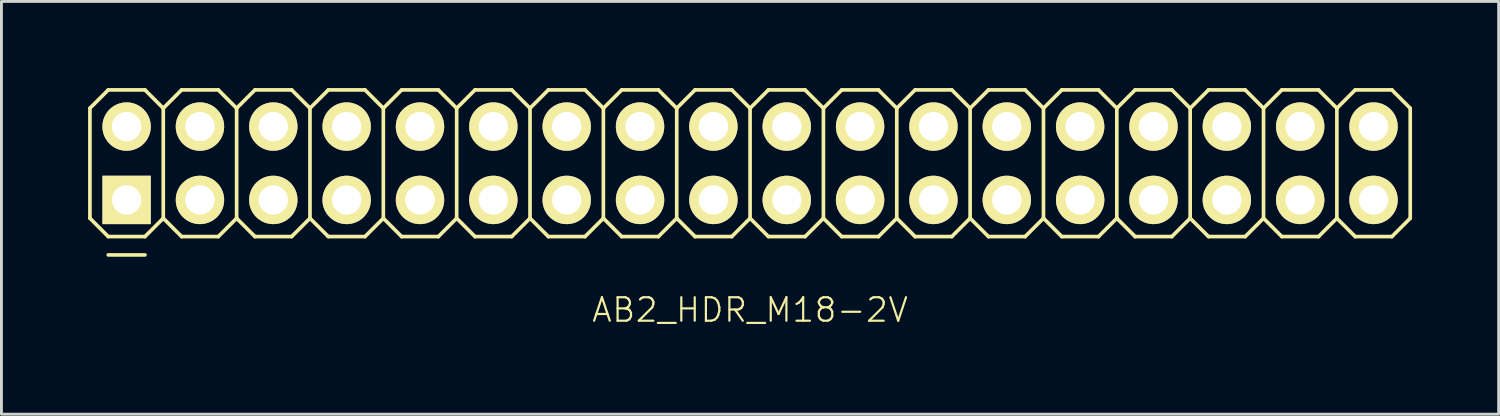
<source format=kicad_pcb>
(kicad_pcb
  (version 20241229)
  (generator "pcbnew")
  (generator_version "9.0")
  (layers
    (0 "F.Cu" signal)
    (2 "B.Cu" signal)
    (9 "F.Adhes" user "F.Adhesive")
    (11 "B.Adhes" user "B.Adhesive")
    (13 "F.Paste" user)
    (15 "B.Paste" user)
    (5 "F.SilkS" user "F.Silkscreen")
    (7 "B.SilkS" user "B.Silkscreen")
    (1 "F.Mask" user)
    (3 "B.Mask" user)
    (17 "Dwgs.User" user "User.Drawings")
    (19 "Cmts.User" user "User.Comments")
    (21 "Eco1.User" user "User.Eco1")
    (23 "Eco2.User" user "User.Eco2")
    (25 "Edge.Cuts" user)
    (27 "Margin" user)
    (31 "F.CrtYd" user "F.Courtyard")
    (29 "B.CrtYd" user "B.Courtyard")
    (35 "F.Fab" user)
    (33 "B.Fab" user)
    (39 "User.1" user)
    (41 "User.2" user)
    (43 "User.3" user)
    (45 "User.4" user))
  (footprint "AB2_HDR_M18-2V"
    (layer "F.Cu")
    (at 22.924 2.603)
    (property "Reference" "AB2_HDR_M18-2V" (at 0 5.08 0) (layer "F.SilkS") (effects (font (size 0.813 0.813) (thickness 0.076))))
    (attr through_hole)
    (fp_line (start -22.86 -1.905) (end -22.225 -2.54) (stroke (width 0.127) (type solid)) (layer "F.SilkS"))
    (fp_line (start -22.86 1.905) (end -22.86 -1.905) (stroke (width 0.127) (type solid)) (layer "F.SilkS"))
    (fp_line (start -22.225 -2.54) (end -20.955 -2.54) (stroke (width 0.127) (type solid)) (layer "F.SilkS"))
    (fp_line (start -22.225 2.54) (end -22.86 1.905) (stroke (width 0.127) (type solid)) (layer "F.SilkS"))
    (fp_line (start -22.225 3.175) (end -20.955 3.175) (stroke (width 0.127) (type solid)) (layer "F.SilkS"))
    (fp_line (start -20.955 -2.54) (end -20.32 -1.905) (stroke (width 0.127) (type solid)) (layer "F.SilkS"))
    (fp_line (start -20.955 2.54) (end -22.225 2.54) (stroke (width 0.127) (type solid)) (layer "F.SilkS"))
    (fp_line (start -20.32 -1.905) (end -20.32 1.905) (stroke (width 0.127) (type solid)) (layer "F.SilkS"))
    (fp_line (start -20.32 -1.905) (end -19.685 -2.54) (stroke (width 0.127) (type solid)) (layer "F.SilkS"))
    (fp_line (start -20.32 1.905) (end -20.955 2.54) (stroke (width 0.127) (type solid)) (layer "F.SilkS"))
    (fp_line (start -19.685 -2.54) (end -18.415 -2.54) (stroke (width 0.127) (type solid)) (layer "F.SilkS"))
    (fp_line (start -19.685 2.54) (end -20.32 1.905) (stroke (width 0.127) (type solid)) (layer "F.SilkS"))
    (fp_line (start -18.415 -2.54) (end -17.78 -1.905) (stroke (width 0.127) (type solid)) (layer "F.SilkS"))
    (fp_line (start -18.415 2.54) (end -19.685 2.54) (stroke (width 0.127) (type solid)) (layer "F.SilkS"))
    (fp_line (start -17.78 -1.905) (end -17.78 1.905) (stroke (width 0.127) (type solid)) (layer "F.SilkS"))
    (fp_line (start -17.78 -1.905) (end -17.145 -2.54) (stroke (width 0.127) (type solid)) (layer "F.SilkS"))
    (fp_line (start -17.78 1.905) (end -18.415 2.54) (stroke (width 0.127) (type solid)) (layer "F.SilkS"))
    (fp_line (start -17.145 -2.54) (end -15.875 -2.54) (stroke (width 0.127) (type solid)) (layer "F.SilkS"))
    (fp_line (start -17.145 2.54) (end -17.78 1.905) (stroke (width 0.127) (type solid)) (layer "F.SilkS"))
    (fp_line (start -15.875 -2.54) (end -15.24 -1.905) (stroke (width 0.127) (type solid)) (layer "F.SilkS"))
    (fp_line (start -15.875 2.54) (end -17.145 2.54) (stroke (width 0.127) (type solid)) (layer "F.SilkS"))
    (fp_line (start -15.24 -1.905) (end -15.24 1.905) (stroke (width 0.127) (type solid)) (layer "F.SilkS"))
    (fp_line (start -15.24 -1.905) (end -14.605 -2.54) (stroke (width 0.127) (type solid)) (layer "F.SilkS"))
    (fp_line (start -15.24 1.905) (end -15.875 2.54) (stroke (width 0.127) (type solid)) (layer "F.SilkS"))
    (fp_line (start -14.605 -2.54) (end -13.335 -2.54) (stroke (width 0.127) (type solid)) (layer "F.SilkS"))
    (fp_line (start -14.605 2.54) (end -15.24 1.905) (stroke (width 0.127) (type solid)) (layer "F.SilkS"))
    (fp_line (start -13.335 -2.54) (end -12.7 -1.905) (stroke (width 0.127) (type solid)) (layer "F.SilkS"))
    (fp_line (start -13.335 2.54) (end -14.605 2.54) (stroke (width 0.127) (type solid)) (layer "F.SilkS"))
    (fp_line (start -12.7 -1.905) (end -12.7 1.905) (stroke (width 0.127) (type solid)) (layer "F.SilkS"))
    (fp_line (start -12.7 -1.905) (end -12.065 -2.54) (stroke (width 0.127) (type solid)) (layer "F.SilkS"))
    (fp_line (start -12.7 1.905) (end -13.335 2.54) (stroke (width 0.127) (type solid)) (layer "F.SilkS"))
    (fp_line (start -12.065 -2.54) (end -10.795 -2.54) (stroke (width 0.127) (type solid)) (layer "F.SilkS"))
    (fp_line (start -12.065 2.54) (end -12.7 1.905) (stroke (width 0.127) (type solid)) (layer "F.SilkS"))
    (fp_line (start -10.795 -2.54) (end -10.16 -1.905) (stroke (width 0.127) (type solid)) (layer "F.SilkS"))
    (fp_line (start -10.795 2.54) (end -12.065 2.54) (stroke (width 0.127) (type solid)) (layer "F.SilkS"))
    (fp_line (start -10.16 -1.905) (end -10.16 1.905) (stroke (width 0.127) (type solid)) (layer "F.SilkS"))
    (fp_line (start -10.16 -1.905) (end -9.525 -2.54) (stroke (width 0.127) (type solid)) (layer "F.SilkS"))
    (fp_line (start -10.16 1.905) (end -10.795 2.54) (stroke (width 0.127) (type solid)) (layer "F.SilkS"))
    (fp_line (start -9.525 -2.54) (end -8.255 -2.54) (stroke (width 0.127) (type solid)) (layer "F.SilkS"))
    (fp_line (start -9.525 2.54) (end -10.16 1.905) (stroke (width 0.127) (type solid)) (layer "F.SilkS"))
    (fp_line (start -8.255 -2.54) (end -7.62 -1.905) (stroke (width 0.127) (type solid)) (layer "F.SilkS"))
    (fp_line (start -8.255 2.54) (end -9.525 2.54) (stroke (width 0.127) (type solid)) (layer "F.SilkS"))
    (fp_line (start -7.62 -1.905) (end -7.62 1.905) (stroke (width 0.127) (type solid)) (layer "F.SilkS"))
    (fp_line (start -7.62 -1.905) (end -6.985 -2.54) (stroke (width 0.127) (type solid)) (layer "F.SilkS"))
    (fp_line (start -7.62 1.905) (end -8.255 2.54) (stroke (width 0.127) (type solid)) (layer "F.SilkS"))
    (fp_line (start -6.985 -2.54) (end -5.715 -2.54) (stroke (width 0.127) (type solid)) (layer "F.SilkS"))
    (fp_line (start -6.985 2.54) (end -7.62 1.905) (stroke (width 0.127) (type solid)) (layer "F.SilkS"))
    (fp_line (start -5.715 -2.54) (end -5.08 -1.905) (stroke (width 0.127) (type solid)) (layer "F.SilkS"))
    (fp_line (start -5.715 2.54) (end -6.985 2.54) (stroke (width 0.127) (type solid)) (layer "F.SilkS"))
    (fp_line (start -5.08 -1.905) (end -5.08 1.905) (stroke (width 0.127) (type solid)) (layer "F.SilkS"))
    (fp_line (start -5.08 -1.905) (end -4.445 -2.54) (stroke (width 0.127) (type solid)) (layer "F.SilkS"))
    (fp_line (start -5.08 1.905) (end -5.715 2.54) (stroke (width 0.127) (type solid)) (layer "F.SilkS"))
    (fp_line (start -4.445 -2.54) (end -3.175 -2.54) (stroke (width 0.127) (type solid)) (layer "F.SilkS"))
    (fp_line (start -4.445 2.54) (end -5.08 1.905) (stroke (width 0.127) (type solid)) (layer "F.SilkS"))
    (fp_line (start -3.175 -2.54) (end -2.54 -1.905) (stroke (width 0.127) (type solid)) (layer "F.SilkS"))
    (fp_line (start -3.175 2.54) (end -4.445 2.54) (stroke (width 0.127) (type solid)) (layer "F.SilkS"))
    (fp_line (start -2.54 -1.905) (end -2.54 1.905) (stroke (width 0.127) (type solid)) (layer "F.SilkS"))
    (fp_line (start -2.54 -1.905) (end -1.905 -2.54) (stroke (width 0.127) (type solid)) (layer "F.SilkS"))
    (fp_line (start -2.54 1.905) (end -3.175 2.54) (stroke (width 0.127) (type solid)) (layer "F.SilkS"))
    (fp_line (start -1.905 -2.54) (end -0.635 -2.54) (stroke (width 0.127) (type solid)) (layer "F.SilkS"))
    (fp_line (start -1.905 2.54) (end -2.54 1.905) (stroke (width 0.127) (type solid)) (layer "F.SilkS"))
    (fp_line (start -0.635 -2.54) (end 0 -1.905) (stroke (width 0.127) (type solid)) (layer "F.SilkS"))
    (fp_line (start -0.635 2.54) (end -1.905 2.54) (stroke (width 0.127) (type solid)) (layer "F.SilkS"))
    (fp_line (start 0 -1.905) (end 0 1.905) (stroke (width 0.127) (type solid)) (layer "F.SilkS"))
    (fp_line (start 0 -1.905) (end 0.635 -2.54) (stroke (width 0.127) (type solid)) (layer "F.SilkS"))
    (fp_line (start 0 1.905) (end -0.635 2.54) (stroke (width 0.127) (type solid)) (layer "F.SilkS"))
    (fp_line (start 0.635 -2.54) (end 1.905 -2.54) (stroke (width 0.127) (type solid)) (layer "F.SilkS"))
    (fp_line (start 0.635 2.54) (end 0 1.905) (stroke (width 0.127) (type solid)) (layer "F.SilkS"))
    (fp_line (start 1.905 -2.54) (end 2.54 -1.905) (stroke (width 0.127) (type solid)) (layer "F.SilkS"))
    (fp_line (start 1.905 2.54) (end 0.635 2.54) (stroke (width 0.127) (type solid)) (layer "F.SilkS"))
    (fp_line (start 2.54 -1.905) (end 2.54 1.905) (stroke (width 0.127) (type solid)) (layer "F.SilkS"))
    (fp_line (start 2.54 -1.905) (end 3.175 -2.54) (stroke (width 0.127) (type solid)) (layer "F.SilkS"))
    (fp_line (start 2.54 1.905) (end 1.905 2.54) (stroke (width 0.127) (type solid)) (layer "F.SilkS"))
    (fp_line (start 3.175 -2.54) (end 4.445 -2.54) (stroke (width 0.127) (type solid)) (layer "F.SilkS"))
    (fp_line (start 3.175 2.54) (end 2.54 1.905) (stroke (width 0.127) (type solid)) (layer "F.SilkS"))
    (fp_line (start 4.445 -2.54) (end 5.08 -1.905) (stroke (width 0.127) (type solid)) (layer "F.SilkS"))
    (fp_line (start 4.445 2.54) (end 3.175 2.54) (stroke (width 0.127) (type solid)) (layer "F.SilkS"))
    (fp_line (start 5.08 -1.905) (end 5.08 1.905) (stroke (width 0.127) (type solid)) (layer "F.SilkS"))
    (fp_line (start 5.08 -1.905) (end 5.715 -2.54) (stroke (width 0.127) (type solid)) (layer "F.SilkS"))
    (fp_line (start 5.08 1.905) (end 4.445 2.54) (stroke (width 0.127) (type solid)) (layer "F.SilkS"))
    (fp_line (start 5.715 -2.54) (end 6.985 -2.54) (stroke (width 0.127) (type solid)) (layer "F.SilkS"))
    (fp_line (start 5.715 2.54) (end 5.08 1.905) (stroke (width 0.127) (type solid)) (layer "F.SilkS"))
    (fp_line (start 6.985 -2.54) (end 7.62 -1.905) (stroke (width 0.127) (type solid)) (layer "F.SilkS"))
    (fp_line (start 6.985 2.54) (end 5.715 2.54) (stroke (width 0.127) (type solid)) (layer "F.SilkS"))
    (fp_line (start 7.62 -1.905) (end 7.62 1.905) (stroke (width 0.127) (type solid)) (layer "F.SilkS"))
    (fp_line (start 7.62 -1.905) (end 8.255 -2.54) (stroke (width 0.127) (type solid)) (layer "F.SilkS"))
    (fp_line (start 7.62 1.905) (end 6.985 2.54) (stroke (width 0.127) (type solid)) (layer "F.SilkS"))
    (fp_line (start 8.255 -2.54) (end 9.525 -2.54) (stroke (width 0.127) (type solid)) (layer "F.SilkS"))
    (fp_line (start 8.255 2.54) (end 7.62 1.905) (stroke (width 0.127) (type solid)) (layer "F.SilkS"))
    (fp_line (start 9.525 -2.54) (end 10.16 -1.905) (stroke (width 0.127) (type solid)) (layer "F.SilkS"))
    (fp_line (start 9.525 2.54) (end 8.255 2.54) (stroke (width 0.127) (type solid)) (layer "F.SilkS"))
    (fp_line (start 10.16 -1.905) (end 10.16 1.905) (stroke (width 0.127) (type solid)) (layer "F.SilkS"))
    (fp_line (start 10.16 -1.905) (end 10.795 -2.54) (stroke (width 0.127) (type solid)) (layer "F.SilkS"))
    (fp_line (start 10.16 1.905) (end 9.525 2.54) (stroke (width 0.127) (type solid)) (layer "F.SilkS"))
    (fp_line (start 10.795 -2.54) (end 12.065 -2.54) (stroke (width 0.127) (type solid)) (layer "F.SilkS"))
    (fp_line (start 10.795 2.54) (end 10.16 1.905) (stroke (width 0.127) (type solid)) (layer "F.SilkS"))
    (fp_line (start 12.065 -2.54) (end 12.7 -1.905) (stroke (width 0.127) (type solid)) (layer "F.SilkS"))
    (fp_line (start 12.065 2.54) (end 10.795 2.54) (stroke (width 0.127) (type solid)) (layer "F.SilkS"))
    (fp_line (start 12.7 -1.905) (end 12.7 1.905) (stroke (width 0.127) (type solid)) (layer "F.SilkS"))
    (fp_line (start 12.7 -1.905) (end 13.335 -2.54) (stroke (width 0.127) (type solid)) (layer "F.SilkS"))
    (fp_line (start 12.7 1.905) (end 12.065 2.54) (stroke (width 0.127) (type solid)) (layer "F.SilkS"))
    (fp_line (start 13.335 -2.54) (end 14.605 -2.54) (stroke (width 0.127) (type solid)) (layer "F.SilkS"))
    (fp_line (start 13.335 2.54) (end 12.7 1.905) (stroke (width 0.127) (type solid)) (layer "F.SilkS"))
    (fp_line (start 14.605 -2.54) (end 15.24 -1.905) (stroke (width 0.127) (type solid)) (layer "F.SilkS"))
    (fp_line (start 14.605 2.54) (end 13.335 2.54) (stroke (width 0.127) (type solid)) (layer "F.SilkS"))
    (fp_line (start 15.24 -1.905) (end 15.24 1.905) (stroke (width 0.127) (type solid)) (layer "F.SilkS"))
    (fp_line (start 15.24 -1.905) (end 15.875 -2.54) (stroke (width 0.127) (type solid)) (layer "F.SilkS"))
    (fp_line (start 15.24 1.905) (end 14.605 2.54) (stroke (width 0.127) (type solid)) (layer "F.SilkS"))
    (fp_line (start 15.875 -2.54) (end 17.145 -2.54) (stroke (width 0.127) (type solid)) (layer "F.SilkS"))
    (fp_line (start 15.875 2.54) (end 15.24 1.905) (stroke (width 0.127) (type solid)) (layer "F.SilkS"))
    (fp_line (start 17.145 -2.54) (end 17.78 -1.905) (stroke (width 0.127) (type solid)) (layer "F.SilkS"))
    (fp_line (start 17.145 2.54) (end 15.875 2.54) (stroke (width 0.127) (type solid)) (layer "F.SilkS"))
    (fp_line (start 17.78 -1.905) (end 17.78 1.905) (stroke (width 0.127) (type solid)) (layer "F.SilkS"))
    (fp_line (start 17.78 -1.905) (end 18.415 -2.54) (stroke (width 0.127) (type solid)) (layer "F.SilkS"))
    (fp_line (start 17.78 1.905) (end 17.145 2.54) (stroke (width 0.127) (type solid)) (layer "F.SilkS"))
    (fp_line (start 18.415 -2.54) (end 19.685 -2.54) (stroke (width 0.127) (type solid)) (layer "F.SilkS"))
    (fp_line (start 18.415 2.54) (end 17.78 1.905) (stroke (width 0.127) (type solid)) (layer "F.SilkS"))
    (fp_line (start 19.685 -2.54) (end 20.32 -1.905) (stroke (width 0.127) (type solid)) (layer "F.SilkS"))
    (fp_line (start 19.685 2.54) (end 18.415 2.54) (stroke (width 0.127) (type solid)) (layer "F.SilkS"))
    (fp_line (start 20.32 -1.905) (end 20.32 1.905) (stroke (width 0.127) (type solid)) (layer "F.SilkS"))
    (fp_line (start 20.32 -1.905) (end 20.955 -2.54) (stroke (width 0.127) (type solid)) (layer "F.SilkS"))
    (fp_line (start 20.32 1.905) (end 19.685 2.54) (stroke (width 0.127) (type solid)) (layer "F.SilkS"))
    (fp_line (start 20.955 -2.54) (end 22.225 -2.54) (stroke (width 0.127) (type solid)) (layer "F.SilkS"))
    (fp_line (start 20.955 2.54) (end 20.32 1.905) (stroke (width 0.127) (type solid)) (layer "F.SilkS"))
    (fp_line (start 22.225 -2.54) (end 22.86 -1.905) (stroke (width 0.127) (type solid)) (layer "F.SilkS"))
    (fp_line (start 22.225 2.54) (end 20.955 2.54) (stroke (width 0.127) (type solid)) (layer "F.SilkS"))
    (fp_line (start 22.86 -1.905) (end 22.86 1.905) (stroke (width 0.127) (type solid)) (layer "F.SilkS"))
    (fp_line (start 22.86 1.905) (end 22.225 2.54) (stroke (width 0.127) (type solid)) (layer "F.SilkS"))
    (pad "1" thru_hole rect (at -21.59 1.27) (size 1.676 1.676) (drill 1.016) (layers "*.Cu" "*.Mask" "F.SilkS"))
    (pad "2" thru_hole circle (at -21.59 -1.27) (size 1.676 1.676) (drill 1.016) (layers "*.Cu" "*.Mask" "F.SilkS"))
    (pad "3" thru_hole circle (at -19.05 1.27) (size 1.676 1.676) (drill 1.016) (layers "*.Cu" "*.Mask" "F.SilkS"))
    (pad "4" thru_hole circle (at -19.05 -1.27) (size 1.676 1.676) (drill 1.016) (layers "*.Cu" "*.Mask" "F.SilkS"))
    (pad "5" thru_hole circle (at -16.51 1.27) (size 1.676 1.676) (drill 1.016) (layers "*.Cu" "*.Mask" "F.SilkS"))
    (pad "6" thru_hole circle (at -16.51 -1.27) (size 1.676 1.676) (drill 1.016) (layers "*.Cu" "*.Mask" "F.SilkS"))
    (pad "7" thru_hole circle (at -13.97 1.27) (size 1.676 1.676) (drill 1.016) (layers "*.Cu" "*.Mask" "F.SilkS"))
    (pad "8" thru_hole circle (at -13.97 -1.27) (size 1.676 1.676) (drill 1.016) (layers "*.Cu" "*.Mask" "F.SilkS"))
    (pad "9" thru_hole circle (at -11.43 1.27) (size 1.676 1.676) (drill 1.016) (layers "*.Cu" "*.Mask" "F.SilkS"))
    (pad "10" thru_hole circle (at -11.43 -1.27) (size 1.676 1.676) (drill 1.016) (layers "*.Cu" "*.Mask" "F.SilkS"))
    (pad "11" thru_hole circle (at -8.89 1.27) (size 1.676 1.676) (drill 1.016) (layers "*.Cu" "*.Mask" "F.SilkS"))
    (pad "12" thru_hole circle (at -8.89 -1.27) (size 1.676 1.676) (drill 1.016) (layers "*.Cu" "*.Mask" "F.SilkS"))
    (pad "13" thru_hole circle (at -6.35 1.27) (size 1.676 1.676) (drill 1.016) (layers "*.Cu" "*.Mask" "F.SilkS"))
    (pad "14" thru_hole circle (at -6.35 -1.27) (size 1.676 1.676) (drill 1.016) (layers "*.Cu" "*.Mask" "F.SilkS"))
    (pad "15" thru_hole circle (at -3.81 1.27) (size 1.676 1.676) (drill 1.016) (layers "*.Cu" "*.Mask" "F.SilkS"))
    (pad "16" thru_hole circle (at -3.81 -1.27) (size 1.676 1.676) (drill 1.016) (layers "*.Cu" "*.Mask" "F.SilkS"))
    (pad "17" thru_hole circle (at -1.27 1.27) (size 1.676 1.676) (drill 1.016) (layers "*.Cu" "*.Mask" "F.SilkS"))
    (pad "18" thru_hole circle (at -1.27 -1.27) (size 1.676 1.676) (drill 1.016) (layers "*.Cu" "*.Mask" "F.SilkS"))
    (pad "19" thru_hole circle (at 1.27 1.27) (size 1.676 1.676) (drill 1.016) (layers "*.Cu" "*.Mask" "F.SilkS"))
    (pad "20" thru_hole circle (at 1.27 -1.27) (size 1.676 1.676) (drill 1.016) (layers "*.Cu" "*.Mask" "F.SilkS"))
    (pad "21" thru_hole circle (at 3.81 1.27) (size 1.676 1.676) (drill 1.016) (layers "*.Cu" "*.Mask" "F.SilkS"))
    (pad "22" thru_hole circle (at 3.81 -1.27) (size 1.676 1.676) (drill 1.016) (layers "*.Cu" "*.Mask" "F.SilkS"))
    (pad "23" thru_hole circle (at 6.35 1.27) (size 1.676 1.676) (drill 1.016) (layers "*.Cu" "*.Mask" "F.SilkS"))
    (pad "24" thru_hole circle (at 6.35 -1.27) (size 1.676 1.676) (drill 1.016) (layers "*.Cu" "*.Mask" "F.SilkS"))
    (pad "25" thru_hole circle (at 8.89 1.27) (size 1.676 1.676) (drill 1.016) (layers "*.Cu" "*.Mask" "F.SilkS"))
    (pad "26" thru_hole circle (at 8.89 -1.27) (size 1.676 1.676) (drill 1.016) (layers "*.Cu" "*.Mask" "F.SilkS"))
    (pad "27" thru_hole circle (at 11.43 1.27) (size 1.676 1.676) (drill 1.016) (layers "*.Cu" "*.Mask" "F.SilkS"))
    (pad "28" thru_hole circle (at 11.43 -1.27) (size 1.676 1.676) (drill 1.016) (layers "*.Cu" "*.Mask" "F.SilkS"))
    (pad "29" thru_hole circle (at 13.97 1.27) (size 1.676 1.676) (drill 1.016) (layers "*.Cu" "*.Mask" "F.SilkS"))
    (pad "30" thru_hole circle (at 13.97 -1.27) (size 1.676 1.676) (drill 1.016) (layers "*.Cu" "*.Mask" "F.SilkS"))
    (pad "31" thru_hole circle (at 16.51 1.27) (size 1.676 1.676) (drill 1.016) (layers "*.Cu" "*.Mask" "F.SilkS"))
    (pad "32" thru_hole circle (at 16.51 -1.27) (size 1.676 1.676) (drill 1.016) (layers "*.Cu" "*.Mask" "F.SilkS"))
    (pad "33" thru_hole circle (at 19.05 1.27) (size 1.676 1.676) (drill 1.016) (layers "*.Cu" "*.Mask" "F.SilkS"))
    (pad "34" thru_hole circle (at 19.05 -1.27) (size 1.676 1.676) (drill 1.016) (layers "*.Cu" "*.Mask" "F.SilkS"))
    (pad "35" thru_hole circle (at 21.59 1.27) (size 1.676 1.676) (drill 1.016) (layers "*.Cu" "*.Mask" "F.SilkS"))
    (pad "36" thru_hole circle (at 21.59 -1.27) (size 1.676 1.676) (drill 1.016) (layers "*.Cu" "*.Mask" "F.SilkS")))
  (gr_rect
    (start -3 -3)
    (end 48.847 11.293)
    (stroke (width 0.1) (type default))
    (fill no)
    (layer "Edge.Cuts")))
</source>
